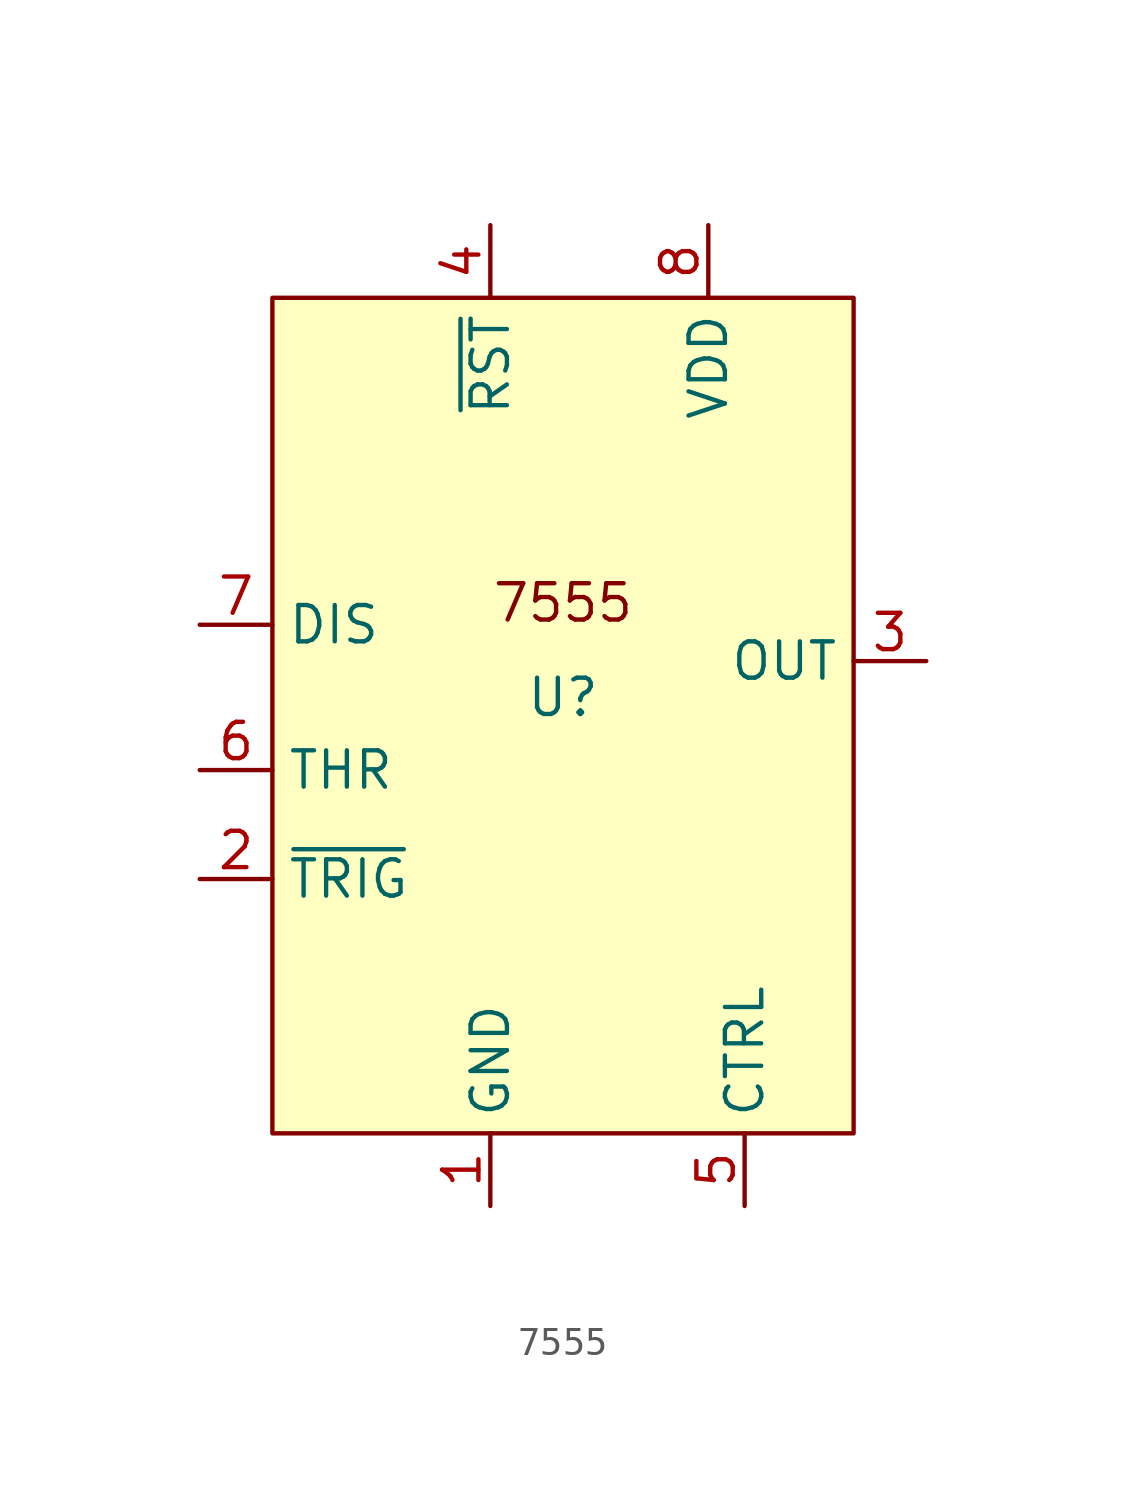
<source format=kicad_sym>
(kicad_symbol_lib
  (version 20241209)
  (generator "kicad_symbol_editor")
  (generator_version "9.0")
  (symbol "7555"
    (property "Reference" "U"
      (at 0 -1.27 0)
      (effects (font (size 1.27 1.27))))
    (property "Value" ""
      (at 0 0 0)
      (effects (font (size 1.27 1.27))))
    (symbol "7555_1_1"
      (rectangle (start -10.16 12.7) (end 10.16 -16.51) (stroke (width 0) (type solid)) (fill (type background)))
      (text "7555" (at 0 2.032 0) (effects (font (size 1.27 1.27))))
      (pin input line (at -12.7 1.27 0) (length 2.54) (name "DIS" (effects (font (size 1.27 1.27)))) (number "7" (effects (font (size 1.27 1.27)))))
      (pin input line (at -12.7 -3.81 0) (length 2.54) (name "THR" (effects (font (size 1.27 1.27)))) (number "6" (effects (font (size 1.27 1.27)))))
      (pin input line (at -12.7 -7.62 0) (length 2.54) (name "~{TRIG}" (effects (font (size 1.27 1.27)))) (number "2" (effects (font (size 1.27 1.27)))))
      (pin input line (at -2.54 15.24 270) (length 2.54) (name "~{RST}" (effects (font (size 1.27 1.27)))) (number "4" (effects (font (size 1.27 1.27)))))
      (pin power_in line (at -2.54 -19.05 90) (length 2.54) (name "GND" (effects (font (size 1.27 1.27)))) (number "1" (effects (font (size 1.27 1.27)))))
      (pin power_in line (at 5.08 15.24 270) (length 2.54) (name "VDD" (effects (font (size 1.27 1.27)))) (number "8" (effects (font (size 1.27 1.27)))))
      (pin input line (at 6.35 -19.05 90) (length 2.54) (name "CTRL" (effects (font (size 1.27 1.27)))) (number "5" (effects (font (size 1.27 1.27)))))
      (pin output line (at 12.7 0 180) (length 2.54) (name "OUT" (effects (font (size 1.27 1.27)))) (number "3" (effects (font (size 1.27 1.27))))))))
</source>
